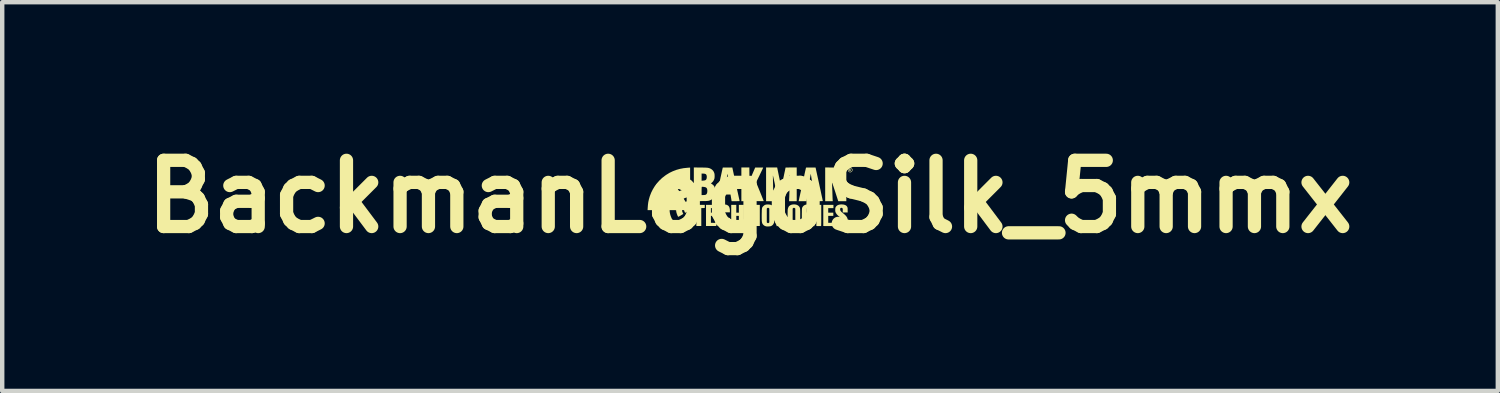
<source format=kicad_pcb>
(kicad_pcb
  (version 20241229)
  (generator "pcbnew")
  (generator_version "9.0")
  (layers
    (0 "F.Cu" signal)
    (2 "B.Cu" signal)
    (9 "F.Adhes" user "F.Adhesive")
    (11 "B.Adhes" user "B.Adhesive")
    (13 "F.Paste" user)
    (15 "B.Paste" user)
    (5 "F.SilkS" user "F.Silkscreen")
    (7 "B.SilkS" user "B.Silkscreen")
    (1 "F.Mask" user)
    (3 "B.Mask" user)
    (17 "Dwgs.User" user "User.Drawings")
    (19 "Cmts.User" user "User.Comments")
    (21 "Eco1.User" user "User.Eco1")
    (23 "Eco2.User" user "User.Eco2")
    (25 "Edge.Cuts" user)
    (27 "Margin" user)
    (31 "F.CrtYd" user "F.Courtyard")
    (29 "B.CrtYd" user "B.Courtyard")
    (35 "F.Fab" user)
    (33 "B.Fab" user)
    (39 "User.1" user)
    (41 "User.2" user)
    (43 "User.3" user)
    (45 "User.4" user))
  (footprint "BackmanLogoSilk_5mmx"
    (layer "F.Cu")
    (at 13.943 1.404)
    (property "Reference" "BackmanLogoSilk_5mmx" (at 0 0 0) (layer "F.SilkS") (effects (font (size 1.5 1.5) (thickness 0.3))))
    (attr board_only exclude_from_pos_files exclude_from_bom)
    (fp_poly (pts (xy -1.025 0.223) (xy -1.026 0.259) (xy -1.065 0.26) (xy -1.104 0.261) (xy -1.104 0.464) (xy -1.104 0.667) (xy -1.16 0.667) (xy -1.216 0.667) (xy -1.216 0.464) (xy -1.216 0.261) (xy -1.256 0.261) (xy -1.296 0.261) (xy -1.296 0.224) (xy -1.296 0.188) (xy -1.16 0.188) (xy -1.024 0.188)) (stroke (width 0) (type solid)) (fill yes) (layer "F.SilkS"))
    (fp_poly (pts (xy 1.614 0.427) (xy 1.614 0.478) (xy 1.614 0.522) (xy 1.614 0.558) (xy 1.614 0.589) (xy 1.613 0.614) (xy 1.613 0.633) (xy 1.612 0.648) (xy 1.612 0.658) (xy 1.611 0.665) (xy 1.61 0.667) (xy 1.61 0.668) (xy 1.604 0.668) (xy 1.593 0.668) (xy 1.577 0.668) (xy 1.558 0.668) (xy 1.554 0.668) (xy 1.503 0.667) (xy 1.503 0.427) (xy 1.503 0.188) (xy 1.559 0.188) (xy 1.614 0.188)) (stroke (width 0) (type solid)) (fill yes) (layer "F.SilkS"))
    (fp_poly (pts (xy -0.764 0.223) (xy -0.765 0.259) (xy -0.825 0.26) (xy -0.886 0.261) (xy -0.886 0.313) (xy -0.886 0.364) (xy -0.828 0.364) (xy -0.771 0.364) (xy -0.771 0.401) (xy -0.771 0.437) (xy -0.828 0.437) (xy -0.886 0.437) (xy -0.886 0.516) (xy -0.886 0.594) (xy -0.825 0.595) (xy -0.765 0.596) (xy -0.764 0.632) (xy -0.763 0.667) (xy -0.88 0.667) (xy -0.997 0.667) (xy -0.997 0.428) (xy -0.997 0.188) (xy -0.88 0.188) (xy -0.763 0.188)) (stroke (width 0) (type solid)) (fill yes) (layer "F.SilkS"))
    (fp_poly (pts (xy 0.709 0.391) (xy 0.709 0.594) (xy 0.771 0.594) (xy 0.832 0.594) (xy 0.832 0.631) (xy 0.832 0.667) (xy 0.726 0.668) (xy 0.698 0.668) (xy 0.672 0.668) (xy 0.65 0.668) (xy 0.632 0.668) (xy 0.62 0.669) (xy 0.614 0.669) (xy 0.614 0.669) (xy 0.605 0.669) (xy 0.603 0.668) (xy 0.602 0.666) (xy 0.601 0.661) (xy 0.6 0.652) (xy 0.6 0.639) (xy 0.599 0.621) (xy 0.599 0.598) (xy 0.599 0.569) (xy 0.598 0.535) (xy 0.598 0.493) (xy 0.598 0.445) (xy 0.598 0.427) (xy 0.598 0.188) (xy 0.654 0.188) (xy 0.709 0.188)) (stroke (width 0) (type solid)) (fill yes) (layer "F.SilkS"))
    (fp_poly (pts (xy 1.89 0.224) (xy 1.89 0.261) (xy 1.831 0.261) (xy 1.772 0.261) (xy 1.772 0.313) (xy 1.772 0.364) (xy 1.829 0.364) (xy 1.887 0.364) (xy 1.887 0.401) (xy 1.887 0.437) (xy 1.829 0.437) (xy 1.772 0.437) (xy 1.772 0.516) (xy 1.772 0.594) (xy 1.831 0.594) (xy 1.89 0.594) (xy 1.89 0.63) (xy 1.89 0.666) (xy 1.88 0.668) (xy 1.873 0.668) (xy 1.86 0.668) (xy 1.842 0.668) (xy 1.819 0.668) (xy 1.793 0.668) (xy 1.765 0.668) (xy 1.66 0.667) (xy 1.66 0.427) (xy 1.66 0.188) (xy 1.775 0.188) (xy 1.89 0.188)) (stroke (width 0) (type solid)) (fill yes) (layer "F.SilkS"))
    (fp_poly (pts (xy -0.311 0.276) (xy -0.311 0.364) (xy -0.282 0.364) (xy -0.253 0.364) (xy -0.253 0.276) (xy -0.253 0.188) (xy -0.196 0.188) (xy -0.138 0.188) (xy -0.138 0.427) (xy -0.138 0.667) (xy -0.147 0.668) (xy -0.154 0.668) (xy -0.167 0.668) (xy -0.184 0.668) (xy -0.203 0.668) (xy -0.204 0.668) (xy -0.253 0.667) (xy -0.253 0.552) (xy -0.253 0.437) (xy -0.282 0.437) (xy -0.311 0.437) (xy -0.311 0.552) (xy -0.311 0.667) (xy -0.356 0.668) (xy -0.375 0.668) (xy -0.392 0.668) (xy -0.406 0.668) (xy -0.413 0.668) (xy -0.426 0.667) (xy -0.426 0.427) (xy -0.426 0.188) (xy -0.368 0.188) (xy -0.311 0.188)) (stroke (width 0) (type solid)) (fill yes) (layer "F.SilkS"))
    (fp_poly (pts (xy 2.277 -0.632) (xy 2.286 -0.629) (xy 2.288 -0.628) (xy 2.293 -0.62) (xy 2.292 -0.61) (xy 2.287 -0.603) (xy 2.287 -0.603) (xy 2.282 -0.599) (xy 2.283 -0.594) (xy 2.285 -0.588) (xy 2.29 -0.58) (xy 2.292 -0.574) (xy 2.292 -0.574) (xy 2.291 -0.571) (xy 2.29 -0.571) (xy 2.285 -0.574) (xy 2.279 -0.582) (xy 2.277 -0.585) (xy 2.269 -0.595) (xy 2.263 -0.598) (xy 2.259 -0.594) (xy 2.259 -0.585) (xy 2.257 -0.575) (xy 2.254 -0.571) (xy 2.25 -0.574) (xy 2.248 -0.579) (xy 2.247 -0.589) (xy 2.247 -0.603) (xy 2.247 -0.605) (xy 2.247 -0.615) (xy 2.259 -0.615) (xy 2.26 -0.608) (xy 2.266 -0.606) (xy 2.268 -0.606) (xy 2.277 -0.608) (xy 2.281 -0.611) (xy 2.284 -0.618) (xy 2.28 -0.623) (xy 2.27 -0.625) (xy 2.27 -0.625) (xy 2.262 -0.624) (xy 2.259 -0.619) (xy 2.259 -0.615) (xy 2.247 -0.615) (xy 2.247 -0.633) (xy 2.265 -0.633)) (stroke (width 0) (type solid)) (fill yes) (layer "F.SilkS"))
    (fp_poly (pts (xy 2.282 -0.657) (xy 2.298 -0.65) (xy 2.311 -0.638) (xy 2.32 -0.622) (xy 2.323 -0.603) (xy 2.322 -0.599) (xy 2.317 -0.579) (xy 2.306 -0.564) (xy 2.291 -0.554) (xy 2.274 -0.549) (xy 2.255 -0.551) (xy 2.244 -0.555) (xy 2.229 -0.566) (xy 2.22 -0.582) (xy 2.218 -0.596) (xy 2.229 -0.596) (xy 2.234 -0.579) (xy 2.241 -0.568) (xy 2.252 -0.562) (xy 2.267 -0.56) (xy 2.269 -0.56) (xy 2.282 -0.562) (xy 2.294 -0.568) (xy 2.298 -0.571) (xy 2.305 -0.578) (xy 2.309 -0.586) (xy 2.31 -0.596) (xy 2.31 -0.604) (xy 2.31 -0.617) (xy 2.307 -0.626) (xy 2.302 -0.634) (xy 2.301 -0.635) (xy 2.286 -0.645) (xy 2.27 -0.649) (xy 2.255 -0.647) (xy 2.242 -0.639) (xy 2.235 -0.632) (xy 2.229 -0.615) (xy 2.229 -0.596) (xy 2.218 -0.596) (xy 2.216 -0.603) (xy 2.216 -0.604) (xy 2.219 -0.625) (xy 2.228 -0.641) (xy 2.244 -0.653) (xy 2.245 -0.654) (xy 2.264 -0.659)) (stroke (width 0) (type solid)) (fill yes) (layer "F.SilkS"))
    (fp_poly (pts (xy 0.065 0.21) (xy 0.067 0.219) (xy 0.07 0.234) (xy 0.075 0.254) (xy 0.08 0.28) (xy 0.086 0.309) (xy 0.093 0.341) (xy 0.1 0.375) (xy 0.102 0.385) (xy 0.134 0.539) (xy 0.134 0.363) (xy 0.134 0.188) (xy 0.178 0.188) (xy 0.222 0.188) (xy 0.222 0.428) (xy 0.222 0.667) (xy 0.15 0.667) (xy 0.125 0.667) (xy 0.106 0.667) (xy 0.093 0.667) (xy 0.085 0.666) (xy 0.08 0.665) (xy 0.077 0.663) (xy 0.076 0.66) (xy 0.076 0.659) (xy 0.074 0.653) (xy 0.072 0.641) (xy 0.068 0.623) (xy 0.063 0.6) (xy 0.057 0.572) (xy 0.051 0.54) (xy 0.044 0.505) (xy 0.036 0.468) (xy 0.034 0.458) (xy -0.006 0.267) (xy -0.007 0.466) (xy -0.007 0.511) (xy -0.007 0.548) (xy -0.007 0.579) (xy -0.008 0.604) (xy -0.008 0.624) (xy -0.009 0.639) (xy -0.009 0.65) (xy -0.01 0.658) (xy -0.011 0.663) (xy -0.012 0.666) (xy -0.013 0.667) (xy -0.014 0.668) (xy -0.021 0.668) (xy -0.033 0.668) (xy -0.049 0.668) (xy -0.058 0.668) (xy -0.096 0.667) (xy -0.096 0.427) (xy -0.096 0.188) (xy -0.018 0.188) (xy 0.061 0.188)) (stroke (width 0) (type solid)) (fill yes) (layer "F.SilkS"))
    (fp_poly (pts (xy -0.014 -0.508) (xy -0.013 -0.356) (xy 0.052 -0.507) (xy 0.117 -0.658) (xy 0.209 -0.659) (xy 0.237 -0.659) (xy 0.259 -0.659) (xy 0.275 -0.659) (xy 0.286 -0.659) (xy 0.293 -0.658) (xy 0.297 -0.657) (xy 0.298 -0.655) (xy 0.297 -0.653) (xy 0.297 -0.652) (xy 0.295 -0.648) (xy 0.29 -0.637) (xy 0.282 -0.62) (xy 0.272 -0.599) (xy 0.26 -0.574) (xy 0.246 -0.545) (xy 0.231 -0.514) (xy 0.217 -0.484) (xy 0.138 -0.323) (xy 0.225 -0.111) (xy 0.24 -0.073) (xy 0.255 -0.037) (xy 0.268 -0.004) (xy 0.28 0.026) (xy 0.291 0.052) (xy 0.299 0.073) (xy 0.305 0.089) (xy 0.309 0.098) (xy 0.311 0.102) (xy 0.307 0.102) (xy 0.297 0.103) (xy 0.281 0.103) (xy 0.26 0.103) (xy 0.236 0.103) (xy 0.216 0.103) (xy 0.122 0.102) (xy 0.073 -0.028) (xy 0.062 -0.058) (xy 0.052 -0.085) (xy 0.043 -0.109) (xy 0.035 -0.129) (xy 0.029 -0.144) (xy 0.025 -0.154) (xy 0.023 -0.157) (xy 0.021 -0.154) (xy 0.015 -0.145) (xy 0.009 -0.133) (xy 0.003 -0.122) (xy -0.016 -0.086) (xy -0.015 0.009) (xy -0.015 0.104) (xy -0.105 0.104) (xy -0.196 0.104) (xy -0.196 -0.278) (xy -0.196 -0.66) (xy -0.105 -0.66) (xy -0.015 -0.66)) (stroke (width 0) (type solid)) (fill yes) (layer "F.SilkS"))
    (fp_poly (pts (xy 2.182 -0.278) (xy 2.182 0.104) (xy 2.091 0.104) (xy 1.999 0.104) (xy 1.931 -0.106) (xy 1.918 -0.145) (xy 1.906 -0.181) (xy 1.895 -0.215) (xy 1.885 -0.245) (xy 1.876 -0.271) (xy 1.869 -0.292) (xy 1.864 -0.308) (xy 1.86 -0.317) (xy 1.859 -0.32) (xy 1.858 -0.319) (xy 1.857 -0.311) (xy 1.858 -0.301) (xy 1.858 -0.292) (xy 1.859 -0.277) (xy 1.86 -0.256) (xy 1.861 -0.23) (xy 1.862 -0.199) (xy 1.863 -0.166) (xy 1.865 -0.131) (xy 1.866 -0.107) (xy 1.867 -0.071) (xy 1.868 -0.037) (xy 1.869 -0.005) (xy 1.87 0.024) (xy 1.871 0.048) (xy 1.872 0.066) (xy 1.873 0.079) (xy 1.873 0.083) (xy 1.875 0.104) (xy 1.789 0.104) (xy 1.703 0.104) (xy 1.703 -0.278) (xy 1.703 -0.66) (xy 1.796 -0.659) (xy 1.889 -0.659) (xy 1.958 -0.446) (xy 1.972 -0.401) (xy 1.985 -0.363) (xy 1.995 -0.331) (xy 2.004 -0.305) (xy 2.011 -0.285) (xy 2.016 -0.269) (xy 2.02 -0.258) (xy 2.024 -0.251) (xy 2.026 -0.248) (xy 2.027 -0.247) (xy 2.028 -0.249) (xy 2.028 -0.25) (xy 2.028 -0.258) (xy 2.028 -0.272) (xy 2.027 -0.292) (xy 2.026 -0.317) (xy 2.025 -0.347) (xy 2.024 -0.38) (xy 2.023 -0.416) (xy 2.021 -0.454) (xy 2.021 -0.456) (xy 2.019 -0.494) (xy 2.018 -0.529) (xy 2.017 -0.562) (xy 2.016 -0.59) (xy 2.015 -0.614) (xy 2.014 -0.633) (xy 2.013 -0.646) (xy 2.013 -0.652) (xy 2.013 -0.652) (xy 2.014 -0.655) (xy 2.015 -0.656) (xy 2.019 -0.658) (xy 2.027 -0.659) (xy 2.038 -0.659) (xy 2.055 -0.659) (xy 2.077 -0.66) (xy 2.097 -0.66) (xy 2.182 -0.66)) (stroke (width 0) (type solid)) (fill yes) (layer "F.SilkS"))
    (fp_poly (pts (xy 1.019 0.178) (xy 1.047 0.183) (xy 1.073 0.193) (xy 1.095 0.207) (xy 1.113 0.224) (xy 1.113 0.225) (xy 1.119 0.234) (xy 1.124 0.241) (xy 1.127 0.249) (xy 1.13 0.257) (xy 1.133 0.268) (xy 1.134 0.28) (xy 1.136 0.296) (xy 1.136 0.316) (xy 1.137 0.341) (xy 1.137 0.372) (xy 1.137 0.409) (xy 1.137 0.428) (xy 1.137 0.466) (xy 1.137 0.497) (xy 1.137 0.523) (xy 1.136 0.543) (xy 1.136 0.559) (xy 1.135 0.571) (xy 1.134 0.58) (xy 1.133 0.587) (xy 1.132 0.593) (xy 1.13 0.598) (xy 1.128 0.603) (xy 1.114 0.628) (xy 1.095 0.648) (xy 1.072 0.664) (xy 1.063 0.667) (xy 1.043 0.673) (xy 1.019 0.676) (xy 0.994 0.678) (xy 0.969 0.677) (xy 0.949 0.674) (xy 0.949 0.673) (xy 0.93 0.668) (xy 0.917 0.662) (xy 0.905 0.655) (xy 0.894 0.646) (xy 0.892 0.644) (xy 0.875 0.624) (xy 0.863 0.6) (xy 0.856 0.57) (xy 0.855 0.565) (xy 0.854 0.553) (xy 0.853 0.534) (xy 0.852 0.51) (xy 0.852 0.482) (xy 0.852 0.453) (xy 0.852 0.422) (xy 0.852 0.391) (xy 0.852 0.362) (xy 0.853 0.335) (xy 0.853 0.313) (xy 0.854 0.297) (xy 0.855 0.29) (xy 0.859 0.272) (xy 0.966 0.272) (xy 0.966 0.428) (xy 0.966 0.583) (xy 0.976 0.593) (xy 0.988 0.6) (xy 1.001 0.601) (xy 1.014 0.593) (xy 1.015 0.593) (xy 1.026 0.584) (xy 1.026 0.428) (xy 1.026 0.272) (xy 1.015 0.262) (xy 1.002 0.255) (xy 0.989 0.254) (xy 0.976 0.262) (xy 0.976 0.262) (xy 0.966 0.272) (xy 0.859 0.272) (xy 0.863 0.258) (xy 0.874 0.232) (xy 0.887 0.215) (xy 0.907 0.199) (xy 0.932 0.187) (xy 0.96 0.18) (xy 0.989 0.177)) (stroke (width 0) (type solid)) (fill yes) (layer "F.SilkS"))
    (fp_poly (pts (xy -0.565 0.18) (xy -0.54 0.183) (xy -0.52 0.19) (xy -0.503 0.2) (xy -0.495 0.205) (xy -0.48 0.221) (xy -0.469 0.241) (xy -0.462 0.264) (xy -0.457 0.293) (xy -0.456 0.325) (xy -0.456 0.357) (xy -0.514 0.357) (xy -0.571 0.357) (xy -0.571 0.314) (xy -0.571 0.296) (xy -0.572 0.283) (xy -0.573 0.274) (xy -0.575 0.269) (xy -0.579 0.264) (xy -0.581 0.262) (xy -0.59 0.256) (xy -0.6 0.253) (xy -0.6 0.253) (xy -0.61 0.256) (xy -0.619 0.262) (xy -0.619 0.262) (xy -0.629 0.272) (xy -0.629 0.428) (xy -0.629 0.583) (xy -0.619 0.593) (xy -0.61 0.599) (xy -0.6 0.602) (xy -0.6 0.602) (xy -0.591 0.599) (xy -0.581 0.593) (xy -0.581 0.593) (xy -0.575 0.585) (xy -0.572 0.576) (xy -0.571 0.563) (xy -0.571 0.548) (xy -0.57 0.53) (xy -0.569 0.512) (xy -0.566 0.483) (xy -0.511 0.483) (xy -0.455 0.483) (xy -0.457 0.534) (xy -0.459 0.563) (xy -0.462 0.585) (xy -0.465 0.601) (xy -0.466 0.603) (xy -0.477 0.625) (xy -0.494 0.644) (xy -0.514 0.659) (xy -0.517 0.661) (xy -0.542 0.67) (xy -0.571 0.676) (xy -0.602 0.678) (xy -0.632 0.676) (xy -0.643 0.675) (xy -0.673 0.665) (xy -0.697 0.651) (xy -0.717 0.631) (xy -0.728 0.612) (xy -0.732 0.602) (xy -0.736 0.591) (xy -0.738 0.578) (xy -0.74 0.562) (xy -0.742 0.543) (xy -0.743 0.52) (xy -0.743 0.492) (xy -0.743 0.458) (xy -0.743 0.417) (xy -0.743 0.409) (xy -0.743 0.373) (xy -0.742 0.344) (xy -0.742 0.321) (xy -0.741 0.303) (xy -0.74 0.289) (xy -0.739 0.278) (xy -0.738 0.27) (xy -0.736 0.263) (xy -0.735 0.259) (xy -0.722 0.232) (xy -0.706 0.212) (xy -0.685 0.196) (xy -0.659 0.186) (xy -0.628 0.18) (xy -0.596 0.178)) (stroke (width 0) (type solid)) (fill yes) (layer "F.SilkS"))
    (fp_poly (pts (xy 0.444 0.181) (xy 0.475 0.188) (xy 0.5 0.2) (xy 0.52 0.218) (xy 0.535 0.241) (xy 0.543 0.261) (xy 0.545 0.267) (xy 0.547 0.274) (xy 0.548 0.282) (xy 0.549 0.292) (xy 0.549 0.306) (xy 0.55 0.323) (xy 0.55 0.346) (xy 0.55 0.374) (xy 0.55 0.408) (xy 0.55 0.428) (xy 0.55 0.465) (xy 0.55 0.496) (xy 0.55 0.521) (xy 0.55 0.541) (xy 0.549 0.557) (xy 0.548 0.569) (xy 0.547 0.578) (xy 0.546 0.585) (xy 0.544 0.591) (xy 0.543 0.594) (xy 0.53 0.622) (xy 0.512 0.645) (xy 0.488 0.662) (xy 0.471 0.67) (xy 0.457 0.673) (xy 0.439 0.675) (xy 0.417 0.677) (xy 0.396 0.677) (xy 0.377 0.676) (xy 0.365 0.675) (xy 0.336 0.665) (xy 0.312 0.65) (xy 0.292 0.63) (xy 0.28 0.611) (xy 0.276 0.601) (xy 0.273 0.59) (xy 0.27 0.577) (xy 0.268 0.561) (xy 0.266 0.542) (xy 0.266 0.518) (xy 0.265 0.489) (xy 0.265 0.454) (xy 0.265 0.413) (xy 0.265 0.409) (xy 0.266 0.37) (xy 0.267 0.338) (xy 0.267 0.311) (xy 0.269 0.29) (xy 0.271 0.273) (xy 0.271 0.272) (xy 0.38 0.272) (xy 0.38 0.428) (xy 0.38 0.583) (xy 0.389 0.593) (xy 0.398 0.599) (xy 0.408 0.602) (xy 0.408 0.602) (xy 0.418 0.599) (xy 0.427 0.593) (xy 0.428 0.593) (xy 0.437 0.583) (xy 0.437 0.428) (xy 0.437 0.272) (xy 0.428 0.262) (xy 0.418 0.256) (xy 0.409 0.253) (xy 0.408 0.253) (xy 0.399 0.256) (xy 0.389 0.262) (xy 0.389 0.262) (xy 0.38 0.272) (xy 0.271 0.272) (xy 0.273 0.259) (xy 0.277 0.248) (xy 0.282 0.239) (xy 0.288 0.231) (xy 0.295 0.222) (xy 0.303 0.215) (xy 0.32 0.2) (xy 0.337 0.189) (xy 0.357 0.183) (xy 0.381 0.179) (xy 0.408 0.178)) (stroke (width 0) (type solid)) (fill yes) (layer "F.SilkS"))
    (fp_poly (pts (xy 1.344 0.178) (xy 1.374 0.185) (xy 1.4 0.195) (xy 1.421 0.21) (xy 1.425 0.213) (xy 1.436 0.226) (xy 1.444 0.24) (xy 1.45 0.257) (xy 1.454 0.278) (xy 1.456 0.305) (xy 1.456 0.313) (xy 1.458 0.36) (xy 1.402 0.36) (xy 1.347 0.36) (xy 1.345 0.316) (xy 1.344 0.297) (xy 1.343 0.283) (xy 1.342 0.275) (xy 1.34 0.269) (xy 1.336 0.265) (xy 1.333 0.262) (xy 1.32 0.254) (xy 1.307 0.254) (xy 1.296 0.26) (xy 1.286 0.268) (xy 1.285 0.425) (xy 1.284 0.583) (xy 1.294 0.592) (xy 1.306 0.6) (xy 1.319 0.601) (xy 1.332 0.594) (xy 1.333 0.593) (xy 1.338 0.588) (xy 1.341 0.584) (xy 1.343 0.577) (xy 1.344 0.567) (xy 1.345 0.552) (xy 1.345 0.541) (xy 1.347 0.498) (xy 1.323 0.498) (xy 1.3 0.498) (xy 1.3 0.462) (xy 1.3 0.426) (xy 1.379 0.426) (xy 1.457 0.426) (xy 1.457 0.547) (xy 1.457 0.669) (xy 1.427 0.669) (xy 1.409 0.668) (xy 1.398 0.667) (xy 1.391 0.664) (xy 1.389 0.66) (xy 1.388 0.655) (xy 1.388 0.65) (xy 1.385 0.649) (xy 1.379 0.651) (xy 1.37 0.657) (xy 1.35 0.667) (xy 1.325 0.674) (xy 1.298 0.678) (xy 1.271 0.678) (xy 1.247 0.674) (xy 1.244 0.673) (xy 1.22 0.663) (xy 1.202 0.65) (xy 1.189 0.631) (xy 1.18 0.607) (xy 1.179 0.603) (xy 1.178 0.596) (xy 1.176 0.588) (xy 1.175 0.577) (xy 1.175 0.564) (xy 1.174 0.547) (xy 1.174 0.526) (xy 1.174 0.499) (xy 1.174 0.466) (xy 1.174 0.427) (xy 1.174 0.423) (xy 1.174 0.384) (xy 1.175 0.352) (xy 1.175 0.327) (xy 1.175 0.306) (xy 1.176 0.29) (xy 1.177 0.278) (xy 1.178 0.269) (xy 1.179 0.262) (xy 1.18 0.257) (xy 1.182 0.252) (xy 1.184 0.247) (xy 1.199 0.223) (xy 1.219 0.203) (xy 1.245 0.189) (xy 1.276 0.18) (xy 1.279 0.18) (xy 1.312 0.177)) (stroke (width 0) (type solid)) (fill yes) (layer "F.SilkS"))
    (fp_poly (pts (xy 1.058 -0.278) (xy 1.058 0.104) (xy 0.972 0.104) (xy 0.885 0.104) (xy 0.887 0.047) (xy 0.888 0.032) (xy 0.889 0.01) (xy 0.89 -0.018) (xy 0.891 -0.05) (xy 0.892 -0.086) (xy 0.893 -0.124) (xy 0.894 -0.164) (xy 0.895 -0.203) (xy 0.896 -0.243) (xy 0.898 -0.282) (xy 0.899 -0.32) (xy 0.9 -0.354) (xy 0.901 -0.385) (xy 0.902 -0.412) (xy 0.902 -0.432) (xy 0.903 -0.447) (xy 0.903 -0.447) (xy 0.903 -0.465) (xy 0.903 -0.479) (xy 0.903 -0.488) (xy 0.903 -0.491) (xy 0.902 -0.491) (xy 0.901 -0.487) (xy 0.899 -0.475) (xy 0.895 -0.457) (xy 0.89 -0.434) (xy 0.883 -0.405) (xy 0.876 -0.372) (xy 0.868 -0.335) (xy 0.86 -0.294) (xy 0.85 -0.25) (xy 0.841 -0.204) (xy 0.838 -0.192) (xy 0.776 0.102) (xy 0.709 0.103) (xy 0.642 0.104) (xy 0.581 -0.193) (xy 0.568 -0.253) (xy 0.558 -0.305) (xy 0.548 -0.35) (xy 0.54 -0.388) (xy 0.533 -0.419) (xy 0.528 -0.443) (xy 0.523 -0.46) (xy 0.521 -0.471) (xy 0.519 -0.475) (xy 0.518 -0.474) (xy 0.518 -0.468) (xy 0.518 -0.454) (xy 0.519 -0.435) (xy 0.519 -0.41) (xy 0.52 -0.38) (xy 0.52 -0.347) (xy 0.521 -0.311) (xy 0.522 -0.273) (xy 0.523 -0.233) (xy 0.524 -0.193) (xy 0.525 -0.153) (xy 0.526 -0.114) (xy 0.527 -0.077) (xy 0.528 -0.042) (xy 0.529 -0.011) (xy 0.53 0.016) (xy 0.531 0.038) (xy 0.531 0.053) (xy 0.534 0.104) (xy 0.449 0.104) (xy 0.364 0.104) (xy 0.364 -0.278) (xy 0.364 -0.66) (xy 0.49 -0.66) (xy 0.615 -0.66) (xy 0.661 -0.435) (xy 0.67 -0.395) (xy 0.678 -0.357) (xy 0.685 -0.323) (xy 0.692 -0.292) (xy 0.698 -0.265) (xy 0.702 -0.243) (xy 0.706 -0.227) (xy 0.709 -0.217) (xy 0.71 -0.214) (xy 0.711 -0.218) (xy 0.714 -0.229) (xy 0.717 -0.245) (xy 0.722 -0.267) (xy 0.728 -0.293) (xy 0.734 -0.322) (xy 0.741 -0.354) (xy 0.749 -0.388) (xy 0.756 -0.424) (xy 0.764 -0.459) (xy 0.771 -0.494) (xy 0.778 -0.527) (xy 0.785 -0.559) (xy 0.791 -0.587) (xy 0.796 -0.612) (xy 0.8 -0.632) (xy 0.803 -0.647) (xy 0.805 -0.655) (xy 0.805 -0.657) (xy 0.809 -0.658) (xy 0.819 -0.658) (xy 0.836 -0.659) (xy 0.857 -0.659) (xy 0.882 -0.659) (xy 0.911 -0.66) (xy 0.932 -0.66) (xy 1.058 -0.66)) (stroke (width 0) (type solid)) (fill yes) (layer "F.SilkS"))
    (fp_poly (pts (xy 2.092 0.178) (xy 2.126 0.182) (xy 2.155 0.191) (xy 2.177 0.203) (xy 2.194 0.219) (xy 2.203 0.235) (xy 2.207 0.244) (xy 2.21 0.252) (xy 2.211 0.262) (xy 2.212 0.275) (xy 2.212 0.293) (xy 2.212 0.308) (xy 2.213 0.36) (xy 2.157 0.36) (xy 2.101 0.36) (xy 2.101 0.316) (xy 2.101 0.297) (xy 2.101 0.284) (xy 2.1 0.275) (xy 2.098 0.269) (xy 2.094 0.265) (xy 2.092 0.262) (xy 2.079 0.255) (xy 2.065 0.254) (xy 2.052 0.26) (xy 2.051 0.26) (xy 2.046 0.266) (xy 2.043 0.274) (xy 2.042 0.286) (xy 2.042 0.289) (xy 2.043 0.301) (xy 2.046 0.313) (xy 2.052 0.324) (xy 2.062 0.336) (xy 2.076 0.351) (xy 2.096 0.367) (xy 2.111 0.38) (xy 2.138 0.402) (xy 2.159 0.422) (xy 2.176 0.44) (xy 2.189 0.458) (xy 2.199 0.476) (xy 2.201 0.479) (xy 2.205 0.489) (xy 2.208 0.498) (xy 2.21 0.509) (xy 2.21 0.522) (xy 2.211 0.541) (xy 2.211 0.546) (xy 2.21 0.567) (xy 2.21 0.582) (xy 2.208 0.593) (xy 2.205 0.603) (xy 2.202 0.613) (xy 2.188 0.635) (xy 2.169 0.653) (xy 2.145 0.665) (xy 2.116 0.673) (xy 2.08 0.677) (xy 2.08 0.677) (xy 2.052 0.677) (xy 2.028 0.675) (xy 2.018 0.673) (xy 1.989 0.664) (xy 1.965 0.65) (xy 1.947 0.632) (xy 1.939 0.62) (xy 1.936 0.613) (xy 1.934 0.605) (xy 1.932 0.596) (xy 1.931 0.583) (xy 1.93 0.565) (xy 1.929 0.544) (xy 1.928 0.483) (xy 1.984 0.483) (xy 2.039 0.483) (xy 2.041 0.535) (xy 2.041 0.556) (xy 2.042 0.571) (xy 2.043 0.581) (xy 2.045 0.587) (xy 2.047 0.591) (xy 2.051 0.595) (xy 2.051 0.595) (xy 2.064 0.601) (xy 2.079 0.601) (xy 2.091 0.593) (xy 2.092 0.593) (xy 2.098 0.584) (xy 2.101 0.574) (xy 2.101 0.565) (xy 2.099 0.546) (xy 2.093 0.528) (xy 2.081 0.51) (xy 2.064 0.49) (xy 2.041 0.469) (xy 2.017 0.45) (xy 1.986 0.423) (xy 1.963 0.398) (xy 1.946 0.371) (xy 1.943 0.365) (xy 1.937 0.353) (xy 1.934 0.343) (xy 1.932 0.332) (xy 1.931 0.319) (xy 1.931 0.301) (xy 1.931 0.299) (xy 1.932 0.275) (xy 1.934 0.257) (xy 1.938 0.243) (xy 1.946 0.23) (xy 1.957 0.216) (xy 1.957 0.216) (xy 1.976 0.2) (xy 2 0.189) (xy 2.029 0.181) (xy 2.062 0.177)) (stroke (width 0) (type solid)) (fill yes) (layer "F.SilkS"))
    (fp_poly (pts (xy -1.123 -0.658) (xy -1.081 -0.658) (xy -1.046 -0.657) (xy -1.016 -0.657) (xy -0.992 -0.655) (xy -0.972 -0.654) (xy -0.956 -0.652) (xy -0.941 -0.649) (xy -0.929 -0.646) (xy -0.917 -0.642) (xy -0.905 -0.637) (xy -0.894 -0.632) (xy -0.865 -0.614) (xy -0.841 -0.591) (xy -0.822 -0.563) (xy -0.809 -0.531) (xy -0.806 -0.518) (xy -0.803 -0.498) (xy -0.802 -0.474) (xy -0.802 -0.448) (xy -0.804 -0.425) (xy -0.807 -0.405) (xy -0.807 -0.405) (xy -0.82 -0.372) (xy -0.839 -0.342) (xy -0.863 -0.317) (xy -0.878 -0.306) (xy -0.887 -0.3) (xy -0.864 -0.285) (xy -0.839 -0.265) (xy -0.819 -0.245) (xy -0.806 -0.223) (xy -0.796 -0.197) (xy -0.791 -0.165) (xy -0.79 -0.158) (xy -0.788 -0.114) (xy -0.791 -0.072) (xy -0.799 -0.034) (xy -0.812 0.000381) (xy -0.819 0.014) (xy -0.831 0.03) (xy -0.847 0.047) (xy -0.866 0.063) (xy -0.885 0.075) (xy -0.891 0.078) (xy -0.902 0.083) (xy -0.913 0.088) (xy -0.923 0.091) (xy -0.934 0.094) (xy -0.947 0.097) (xy -0.961 0.098) (xy -0.979 0.1) (xy -1.001 0.101) (xy -1.028 0.101) (xy -1.06 0.102) (xy -1.1 0.102) (xy -1.115 0.103) (xy -1.273 0.104) (xy -1.273 -0.126) (xy -1.097 -0.126) (xy -1.097 -0.034) (xy -1.055 -0.035) (xy -1.034 -0.036) (xy -1.019 -0.038) (xy -1.008 -0.041) (xy -1.001 -0.044) (xy -0.988 -0.054) (xy -0.979 -0.066) (xy -0.973 -0.082) (xy -0.969 -0.101) (xy -0.967 -0.127) (xy -0.968 -0.151) (xy -0.973 -0.173) (xy -0.98 -0.189) (xy -0.981 -0.191) (xy -0.99 -0.2) (xy -1.002 -0.208) (xy -1.004 -0.209) (xy -1.014 -0.213) (xy -1.028 -0.216) (xy -1.045 -0.219) (xy -1.062 -0.221) (xy -1.077 -0.222) (xy -1.088 -0.222) (xy -1.091 -0.221) (xy -1.093 -0.22) (xy -1.094 -0.216) (xy -1.095 -0.209) (xy -1.096 -0.199) (xy -1.096 -0.183) (xy -1.097 -0.162) (xy -1.097 -0.135) (xy -1.097 -0.126) (xy -1.273 -0.126) (xy -1.273 -0.278) (xy -1.273 -0.441) (xy -1.097 -0.441) (xy -1.097 -0.359) (xy -1.062 -0.362) (xy -1.04 -0.364) (xy -1.022 -0.368) (xy -1.013 -0.371) (xy -0.999 -0.38) (xy -0.99 -0.393) (xy -0.983 -0.411) (xy -0.982 -0.42) (xy -0.979 -0.444) (xy -0.981 -0.467) (xy -0.986 -0.486) (xy -0.99 -0.494) (xy -0.998 -0.505) (xy -1.009 -0.512) (xy -1.024 -0.517) (xy -1.045 -0.52) (xy -1.059 -0.521) (xy -1.097 -0.522) (xy -1.097 -0.441) (xy -1.273 -0.441) (xy -1.273 -0.66)) (stroke (width 0) (type solid)) (fill yes) (layer "F.SilkS"))
    (fp_poly (pts (xy -0.554 -0.659) (xy -0.526 -0.659) (xy -0.509 -0.659) (xy -0.401 -0.658) (xy -0.32 -0.284) (xy -0.308 -0.231) (xy -0.297 -0.181) (xy -0.287 -0.133) (xy -0.277 -0.089) (xy -0.268 -0.047) (xy -0.26 -0.01) (xy -0.253 0.022) (xy -0.247 0.049) (xy -0.242 0.071) (xy -0.239 0.086) (xy -0.237 0.095) (xy -0.236 0.097) (xy -0.236 0.099) (xy -0.238 0.101) (xy -0.242 0.102) (xy -0.249 0.103) (xy -0.261 0.103) (xy -0.278 0.103) (xy -0.301 0.104) (xy -0.326 0.104) (xy -0.417 0.104) (xy -0.429 0.029) (xy -0.442 -0.046) (xy -0.513 -0.046) (xy -0.535 -0.046) (xy -0.554 -0.045) (xy -0.57 -0.045) (xy -0.58 -0.044) (xy -0.583 -0.043) (xy -0.584 -0.039) (xy -0.585 -0.028) (xy -0.588 -0.012) (xy -0.59 0.008) (xy -0.594 0.031) (xy -0.594 0.031) (xy -0.604 0.102) (xy -0.695 0.103) (xy -0.725 0.103) (xy -0.747 0.103) (xy -0.764 0.103) (xy -0.775 0.102) (xy -0.782 0.101) (xy -0.784 0.1) (xy -0.784 0.099) (xy -0.783 0.094) (xy -0.781 0.083) (xy -0.777 0.065) (xy -0.771 0.042) (xy -0.765 0.012) (xy -0.757 -0.022) (xy -0.749 -0.06) (xy -0.74 -0.103) (xy -0.73 -0.149) (xy -0.722 -0.185) (xy -0.563 -0.185) (xy -0.562 -0.183) (xy -0.559 -0.182) (xy -0.552 -0.181) (xy -0.54 -0.18) (xy -0.521 -0.18) (xy -0.512 -0.18) (xy -0.459 -0.18) (xy -0.461 -0.191) (xy -0.462 -0.197) (xy -0.464 -0.21) (xy -0.467 -0.228) (xy -0.47 -0.252) (xy -0.474 -0.279) (xy -0.479 -0.31) (xy -0.483 -0.344) (xy -0.485 -0.357) (xy -0.49 -0.39) (xy -0.495 -0.422) (xy -0.499 -0.45) (xy -0.503 -0.474) (xy -0.506 -0.493) (xy -0.508 -0.507) (xy -0.51 -0.514) (xy -0.51 -0.515) (xy -0.511 -0.512) (xy -0.513 -0.502) (xy -0.516 -0.486) (xy -0.52 -0.465) (xy -0.524 -0.439) (xy -0.528 -0.409) (xy -0.533 -0.377) (xy -0.536 -0.358) (xy -0.542 -0.323) (xy -0.547 -0.291) (xy -0.551 -0.262) (xy -0.555 -0.236) (xy -0.558 -0.215) (xy -0.561 -0.2) (xy -0.562 -0.191) (xy -0.563 -0.189) (xy -0.563 -0.185) (xy -0.722 -0.185) (xy -0.719 -0.197) (xy -0.708 -0.248) (xy -0.702 -0.276) (xy -0.69 -0.328) (xy -0.679 -0.378) (xy -0.669 -0.426) (xy -0.659 -0.47) (xy -0.65 -0.511) (xy -0.642 -0.548) (xy -0.635 -0.58) (xy -0.629 -0.607) (xy -0.624 -0.628) (xy -0.621 -0.643) (xy -0.619 -0.651) (xy -0.619 -0.653) (xy -0.618 -0.655) (xy -0.615 -0.656) (xy -0.611 -0.658) (xy -0.603 -0.658) (xy -0.592 -0.659) (xy -0.576 -0.659)) (stroke (width 0) (type solid)) (fill yes) (layer "F.SilkS"))
    (fp_poly (pts (xy 1.333 -0.659) (xy 1.361 -0.659) (xy 1.378 -0.659) (xy 1.485 -0.658) (xy 1.567 -0.284) (xy 1.578 -0.231) (xy 1.589 -0.181) (xy 1.6 -0.133) (xy 1.609 -0.089) (xy 1.618 -0.047) (xy 1.626 -0.01) (xy 1.633 0.022) (xy 1.639 0.049) (xy 1.643 0.071) (xy 1.647 0.086) (xy 1.648 0.095) (xy 1.649 0.097) (xy 1.648 0.099) (xy 1.646 0.101) (xy 1.642 0.102) (xy 1.634 0.103) (xy 1.621 0.103) (xy 1.604 0.103) (xy 1.58 0.104) (xy 1.559 0.104) (xy 1.47 0.104) (xy 1.461 0.053) (xy 1.457 0.031) (xy 1.454 0.01) (xy 1.451 -0.008) (xy 1.448 -0.021) (xy 1.448 -0.021) (xy 1.444 -0.044) (xy 1.374 -0.045) (xy 1.304 -0.046) (xy 1.302 -0.036) (xy 1.301 -0.028) (xy 1.299 -0.015) (xy 1.296 0.003) (xy 1.293 0.023) (xy 1.292 0.031) (xy 1.289 0.051) (xy 1.287 0.069) (xy 1.284 0.084) (xy 1.283 0.093) (xy 1.282 0.095) (xy 1.281 0.104) (xy 1.191 0.104) (xy 1.101 0.104) (xy 1.105 0.089) (xy 1.106 0.083) (xy 1.109 0.071) (xy 1.113 0.052) (xy 1.118 0.027) (xy 1.125 -0.004) (xy 1.133 -0.039) (xy 1.141 -0.078) (xy 1.151 -0.121) (xy 1.161 -0.168) (xy 1.164 -0.183) (xy 1.323 -0.183) (xy 1.327 -0.182) (xy 1.336 -0.181) (xy 1.351 -0.181) (xy 1.369 -0.18) (xy 1.375 -0.18) (xy 1.394 -0.18) (xy 1.409 -0.181) (xy 1.421 -0.181) (xy 1.426 -0.182) (xy 1.426 -0.182) (xy 1.426 -0.186) (xy 1.424 -0.197) (xy 1.422 -0.214) (xy 1.419 -0.235) (xy 1.415 -0.26) (xy 1.411 -0.288) (xy 1.407 -0.318) (xy 1.402 -0.348) (xy 1.398 -0.379) (xy 1.393 -0.408) (xy 1.389 -0.436) (xy 1.386 -0.461) (xy 1.382 -0.481) (xy 1.38 -0.497) (xy 1.379 -0.507) (xy 1.378 -0.51) (xy 1.377 -0.511) (xy 1.375 -0.507) (xy 1.373 -0.498) (xy 1.37 -0.483) (xy 1.367 -0.462) (xy 1.362 -0.435) (xy 1.356 -0.4) (xy 1.35 -0.359) (xy 1.349 -0.355) (xy 1.344 -0.32) (xy 1.339 -0.287) (xy 1.334 -0.257) (xy 1.33 -0.232) (xy 1.327 -0.211) (xy 1.325 -0.195) (xy 1.323 -0.186) (xy 1.323 -0.183) (xy 1.164 -0.183) (xy 1.172 -0.217) (xy 1.183 -0.268) (xy 1.187 -0.286) (xy 1.198 -0.337) (xy 1.209 -0.386) (xy 1.219 -0.433) (xy 1.229 -0.477) (xy 1.237 -0.517) (xy 1.245 -0.553) (xy 1.252 -0.584) (xy 1.258 -0.61) (xy 1.263 -0.631) (xy 1.266 -0.645) (xy 1.267 -0.652) (xy 1.268 -0.653) (xy 1.269 -0.655) (xy 1.271 -0.656) (xy 1.276 -0.658) (xy 1.283 -0.658) (xy 1.295 -0.659) (xy 1.311 -0.659)) (stroke (width 0) (type solid)) (fill yes) (layer "F.SilkS"))
    (fp_poly (pts (xy -1.357 -0.515) (xy -1.357 -0.374) (xy -1.414 -0.369) (xy -1.45 -0.366) (xy -1.48 -0.361) (xy -1.509 -0.356) (xy -1.539 -0.349) (xy -1.56 -0.343) (xy -1.584 -0.335) (xy -1.612 -0.325) (xy -1.639 -0.314) (xy -1.664 -0.302) (xy -1.684 -0.292) (xy -1.702 -0.281) (xy -1.656 -0.205) (xy -1.643 -0.183) (xy -1.631 -0.163) (xy -1.62 -0.147) (xy -1.612 -0.134) (xy -1.608 -0.127) (xy -1.606 -0.125) (xy -1.602 -0.125) (xy -1.591 -0.128) (xy -1.576 -0.134) (xy -1.569 -0.137) (xy -1.519 -0.157) (xy -1.469 -0.171) (xy -1.42 -0.179) (xy -1.39 -0.18) (xy -1.357 -0.18) (xy -1.357 -0.085) (xy -1.357 0.01) (xy -1.387 0.013) (xy -1.405 0.015) (xy -1.424 0.018) (xy -1.439 0.021) (xy -1.454 0.026) (xy -1.47 0.031) (xy -1.484 0.037) (xy -1.495 0.043) (xy -1.501 0.047) (xy -1.502 0.049) (xy -1.497 0.057) (xy -1.49 0.069) (xy -1.482 0.082) (xy -1.474 0.095) (xy -1.467 0.107) (xy -1.462 0.115) (xy -1.459 0.119) (xy -1.459 0.119) (xy -1.455 0.118) (xy -1.446 0.114) (xy -1.437 0.111) (xy -1.423 0.106) (xy -1.404 0.103) (xy -1.387 0.101) (xy -1.357 0.099) (xy -1.357 0.145) (xy -1.357 0.191) (xy -1.377 0.193) (xy -1.393 0.196) (xy -1.403 0.199) (xy -1.407 0.202) (xy -1.407 0.204) (xy -1.405 0.208) (xy -1.4 0.217) (xy -1.393 0.23) (xy -1.39 0.235) (xy -1.382 0.248) (xy -1.376 0.259) (xy -1.373 0.265) (xy -1.373 0.266) (xy -1.375 0.27) (xy -1.382 0.277) (xy -1.383 0.277) (xy -1.39 0.286) (xy -1.391 0.297) (xy -1.386 0.311) (xy -1.387 0.315) (xy -1.39 0.319) (xy -1.398 0.325) (xy -1.411 0.334) (xy -1.426 0.343) (xy -1.442 0.352) (xy -1.456 0.36) (xy -1.465 0.366) (xy -1.47 0.368) (xy -1.47 0.368) (xy -1.473 0.365) (xy -1.477 0.356) (xy -1.482 0.345) (xy -1.486 0.333) (xy -1.49 0.323) (xy -1.492 0.315) (xy -1.492 0.315) (xy -1.492 0.311) (xy -1.495 0.308) (xy -1.503 0.307) (xy -1.516 0.307) (xy -1.517 0.307) (xy -1.529 0.307) (xy -1.538 0.308) (xy -1.541 0.31) (xy -1.54 0.318) (xy -1.537 0.332) (xy -1.532 0.347) (xy -1.526 0.362) (xy -1.521 0.374) (xy -1.521 0.375) (xy -1.511 0.393) (xy -1.567 0.427) (xy -1.586 0.438) (xy -1.602 0.447) (xy -1.615 0.454) (xy -1.623 0.457) (xy -1.626 0.458) (xy -1.632 0.452) (xy -1.638 0.44) (xy -1.646 0.423) (xy -1.653 0.404) (xy -1.66 0.384) (xy -1.666 0.365) (xy -1.67 0.347) (xy -1.672 0.334) (xy -1.672 0.332) (xy -1.672 0.323) (xy -1.673 0.317) (xy -1.675 0.312) (xy -1.68 0.31) (xy -1.689 0.308) (xy -1.703 0.307) (xy -1.722 0.307) (xy -1.748 0.307) (xy -1.749 0.307) (xy -1.821 0.307) (xy -1.821 0.322) (xy -1.819 0.348) (xy -1.814 0.379) (xy -1.806 0.413) (xy -1.795 0.447) (xy -1.782 0.479) (xy -1.77 0.505) (xy -1.761 0.521) (xy -1.757 0.532) (xy -1.757 0.538) (xy -1.758 0.54) (xy -1.763 0.543) (xy -1.774 0.55) (xy -1.789 0.559) (xy -1.807 0.57) (xy -1.828 0.582) (xy -1.85 0.595) (xy -1.872 0.608) (xy -1.893 0.621) (xy -1.913 0.632) (xy -1.93 0.642) (xy -1.944 0.65) (xy -1.952 0.654) (xy -1.955 0.656) (xy -1.958 0.652) (xy -1.963 0.644) (xy -1.971 0.63) (xy -1.98 0.613) (xy -1.984 0.605) (xy -2.01 0.546) (xy -2.031 0.487) (xy -2.045 0.427) (xy -2.055 0.363) (xy -2.056 0.354) (xy -2.06 0.307) (xy -2.191 0.307) (xy -2.321 0.307) (xy -2.318 0.254) (xy -2.313 0.188) (xy -2.305 0.126) (xy -2.292 0.066) (xy -2.274 0.003) (xy -2.27 -0.01) (xy -2.24 -0.088) (xy -2.203 -0.162) (xy -2.16 -0.233) (xy -2.11 -0.3) (xy -2.055 -0.362) (xy -1.993 -0.421) (xy -1.925 -0.474) (xy -1.895 -0.495) (xy -1.823 -0.539) (xy -1.748 -0.575) (xy -1.669 -0.605) (xy -1.587 -0.628) (xy -1.503 -0.644) (xy -1.416 -0.653) (xy -1.406 -0.654) (xy -1.357 -0.657)) (stroke (width 0) (type solid)) (fill yes) (layer "F.SilkS")))
  (gr_rect
    (start -3 -3)
    (end 30.886 5.808)
    (stroke (width 0.1) (type default))
    (fill no)
    (layer "Edge.Cuts")))
</source>
